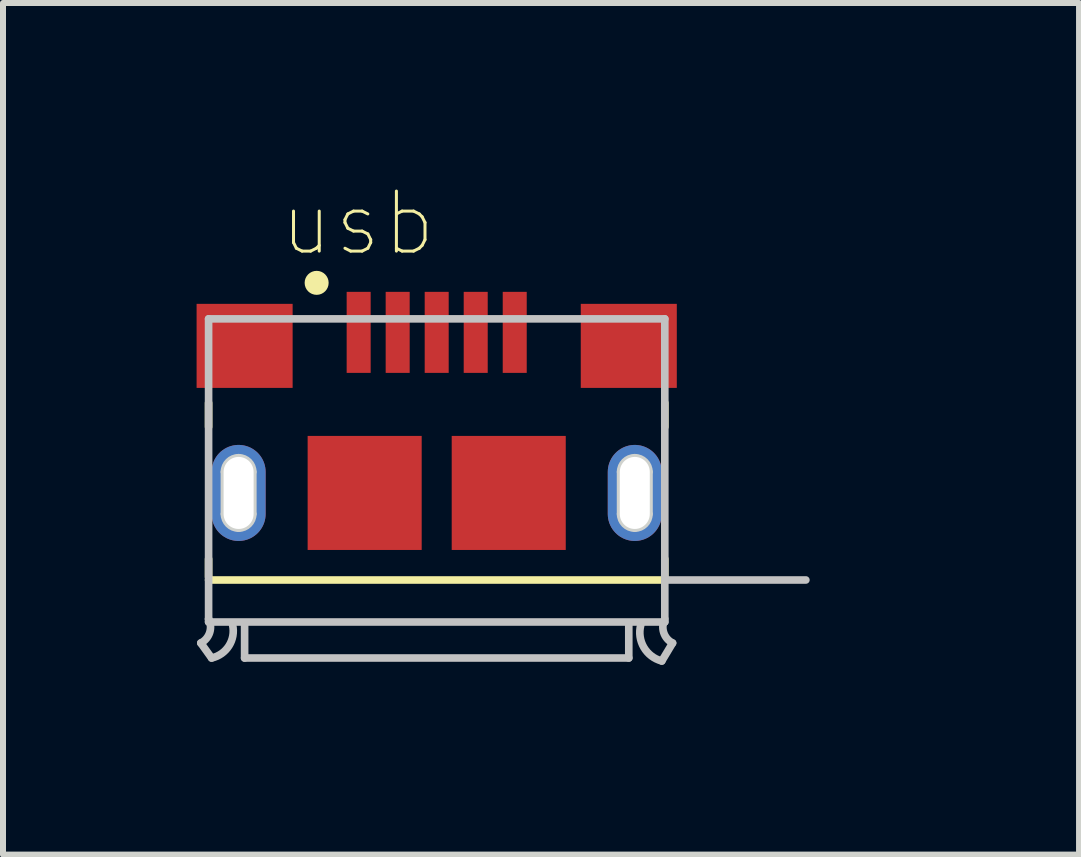
<source format=kicad_pcb>
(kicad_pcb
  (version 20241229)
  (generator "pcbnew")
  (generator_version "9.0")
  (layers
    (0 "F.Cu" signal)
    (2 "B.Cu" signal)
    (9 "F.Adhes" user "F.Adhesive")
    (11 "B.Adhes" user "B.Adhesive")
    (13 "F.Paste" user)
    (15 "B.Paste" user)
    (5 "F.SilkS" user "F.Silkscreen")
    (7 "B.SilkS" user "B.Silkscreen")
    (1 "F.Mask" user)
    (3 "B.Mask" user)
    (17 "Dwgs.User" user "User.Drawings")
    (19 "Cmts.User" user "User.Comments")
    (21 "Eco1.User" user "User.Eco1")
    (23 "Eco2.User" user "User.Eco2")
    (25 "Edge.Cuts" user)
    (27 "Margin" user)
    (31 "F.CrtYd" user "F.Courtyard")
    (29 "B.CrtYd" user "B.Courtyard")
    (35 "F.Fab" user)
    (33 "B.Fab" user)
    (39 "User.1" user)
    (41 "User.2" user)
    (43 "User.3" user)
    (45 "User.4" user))
  (footprint "usb"
    (layer "F.Cu")
    (at 4.225 5.162)
    (property "Reference" "usb" (at -1.314 -4.489 0) (layer "F.SilkS") (effects (font (size 1 1) (thickness 0.05))))
    (attr smd)
    (fp_line (start -3.8 -1.5) (end -3.8 -1.1) (stroke (width 0.127) (type solid)) (layer "F.SilkS"))
    (fp_line (start -3.8 1.1) (end -3.8 1.4) (stroke (width 0.127) (type solid)) (layer "F.SilkS"))
    (fp_line (start -3.8 1.45) (end 3.8 1.45) (stroke (width 0.127) (type solid)) (layer "F.SilkS"))
    (fp_line (start 3.8 -1.1) (end 3.8 -1.5) (stroke (width 0.127) (type solid)) (layer "F.SilkS"))
    (fp_line (start 3.8 1.1) (end 3.8 1.4) (stroke (width 0.127) (type solid)) (layer "F.SilkS"))
    (fp_circle (center -2 -3.5) (end -1.9 -3.5) (stroke (width 0.2) (type solid)) (fill no) (layer "F.SilkS"))
    (fp_line (start -3.93 2.5) (end -3.75 2.75) (stroke (width 0.127) (type solid)) (layer "Dwgs.User"))
    (fp_line (start -3.8 -2.9) (end 3.8 -2.9) (stroke (width 0.127) (type solid)) (layer "Dwgs.User"))
    (fp_line (start -3.8 2.1) (end -3.8 -2.9) (stroke (width 0.127) (type solid)) (layer "Dwgs.User"))
    (fp_line (start -3.8 2.15) (end -3.8 2.1) (stroke (width 0.127) (type solid)) (layer "Dwgs.User"))
    (fp_line (start -3.2 2.2) (end -3.2 2.75) (stroke (width 0.127) (type solid)) (layer "Dwgs.User"))
    (fp_line (start -3.2 2.75) (end 3.2 2.75) (stroke (width 0.127) (type solid)) (layer "Dwgs.User"))
    (fp_line (start 3.2 2.75) (end 3.2 2.2) (stroke (width 0.127) (type solid)) (layer "Dwgs.User"))
    (fp_line (start 3.8 -2.9) (end 3.8 1.45) (stroke (width 0.127) (type solid)) (layer "Dwgs.User"))
    (fp_line (start 3.8 1.45) (end 3.8 2.15) (stroke (width 0.127) (type solid)) (layer "Dwgs.User"))
    (fp_line (start 3.8 1.45) (end 6.15 1.45) (stroke (width 0.127) (type solid)) (layer "Dwgs.User"))
    (fp_line (start 3.8 2.15) (end -3.8 2.15) (stroke (width 0.127) (type solid)) (layer "Dwgs.User"))
    (fp_line (start 3.93 2.5) (end 3.75 2.8) (stroke (width 0.127) (type solid)) (layer "Dwgs.User"))
    (fp_arc (start -3.8 2.1) (mid -3.782157 2.326924) (end -3.93 2.5) (stroke (width 0.127) (type solid)) (layer "Dwgs.User"))
    (fp_arc (start -3.4 2.2) (mid -3.461091 2.547487) (end -3.75 2.75) (stroke (width 0.127) (type solid)) (layer "Dwgs.User"))
    (fp_arc (start 3.75 2.8) (mid 3.450736 2.572487) (end 3.4 2.2) (stroke (width 0.127) (type solid)) (layer "Dwgs.User"))
    (fp_arc (start 3.93 2.5) (mid 3.782157 2.326924) (end 3.8 2.1) (stroke (width 0.127) (type solid)) (layer "Dwgs.User"))
    (fp_line (start -4.2 -3.6) (end -4.2 3) (stroke (width 0.05) (type solid)) (layer "Eco1.User"))
    (fp_line (start -4.2 3) (end 4.2 3) (stroke (width 0.05) (type solid)) (layer "Eco1.User"))
    (fp_line (start 4.2 -3.6) (end -4.2 -3.6) (stroke (width 0.05) (type solid)) (layer "Eco1.User"))
    (fp_line (start 4.2 3) (end 4.2 -3.6) (stroke (width 0.05) (type solid)) (layer "Eco1.User"))
    (fp_line (start -3.55 0.35) (end -3.55 -0.35) (stroke (width 0.1) (type solid)) (layer "Edge.Cuts"))
    (fp_line (start -3.05 -0.35) (end -3.05 0.35) (stroke (width 0.1) (type solid)) (layer "Edge.Cuts"))
    (fp_line (start 3.05 0.35) (end 3.05 -0.35) (stroke (width 0.1) (type solid)) (layer "Edge.Cuts"))
    (fp_line (start 3.55 -0.35) (end 3.55 0.35) (stroke (width 0.1) (type solid)) (layer "Edge.Cuts"))
    (fp_arc (start -3.55 -0.35) (mid -3.476777 -0.526777) (end -3.3 -0.6) (stroke (width 0.1) (type solid)) (layer "Edge.Cuts"))
    (fp_arc (start -3.3 -0.6) (mid -3.123223 -0.526777) (end -3.05 -0.35) (stroke (width 0.1) (type solid)) (layer "Edge.Cuts"))
    (fp_arc (start -3.3 0.6) (mid -3.476777 0.526777) (end -3.55 0.35) (stroke (width 0.1) (type solid)) (layer "Edge.Cuts"))
    (fp_arc (start -3.05 0.35) (mid -3.123223 0.526777) (end -3.3 0.6) (stroke (width 0.1) (type solid)) (layer "Edge.Cuts"))
    (fp_arc (start 3.05 -0.35) (mid 3.123223 -0.526777) (end 3.3 -0.6) (stroke (width 0.1) (type solid)) (layer "Edge.Cuts"))
    (fp_arc (start 3.3 -0.6) (mid 3.476777 -0.526777) (end 3.55 -0.35) (stroke (width 0.1) (type solid)) (layer "Edge.Cuts"))
    (fp_arc (start 3.3 0.6) (mid 3.123223 0.526777) (end 3.05 0.35) (stroke (width 0.1) (type solid)) (layer "Edge.Cuts"))
    (fp_arc (start 3.55 0.35) (mid 3.476777 0.526777) (end 3.3 0.6) (stroke (width 0.1) (type solid)) (layer "Edge.Cuts"))
    (fp_text user "PCB~{END}" (at 4.75 1.3 0) (layer "Edge.Cuts") (effects (font (size 1 1) (thickness 0.05))))
    (pad "1" smd rect (at -1.3 -2.675) (size 0.4 1.35) (layers "F.Cu" "F.Mask" "F.Paste"))
    (pad "2" smd rect (at -0.65 -2.675) (size 0.4 1.35) (layers "F.Cu" "F.Mask" "F.Paste"))
    (pad "3" smd rect (at 0 -2.675) (size 0.4 1.35) (layers "F.Cu" "F.Mask" "F.Paste"))
    (pad "4" smd rect (at 0.65 -2.675) (size 0.4 1.35) (layers "F.Cu" "F.Mask" "F.Paste"))
    (pad "5" smd rect (at 1.3 -2.675) (size 0.4 1.35) (layers "F.Cu" "F.Mask" "F.Paste"))
    (pad "S1" smd rect (at -3.2 -2.45) (size 1.6 1.4) (layers "F.Cu" "F.Mask" "F.Paste"))
    (pad "S2" smd rect (at 3.2 -2.45) (size 1.6 1.4) (layers "F.Cu" "F.Mask" "F.Paste"))
    (pad "S3" smd rect (at 1.2 0) (size 1.9 1.9) (layers "F.Cu" "F.Mask" "F.Paste"))
    (pad "S4" smd rect (at -1.2 0) (size 1.9 1.9) (layers "F.Cu" "F.Mask" "F.Paste"))
    (pad "S5" thru_hole oval (at -3.3 0 90) (size 1.6 0.9) (drill oval 1.2 0.5) (layers "*.Cu" "*.Mask"))
    (pad "S6" thru_hole oval (at 3.3 0 90) (size 1.6 0.9) (drill oval 1.2 0.5) (layers "*.Cu" "*.Mask")))
  (gr_rect
    (start -3 -3)
    (end 14.926 11.187)
    (stroke (width 0.1) (type default))
    (fill no)
    (layer "Edge.Cuts")))
</source>
